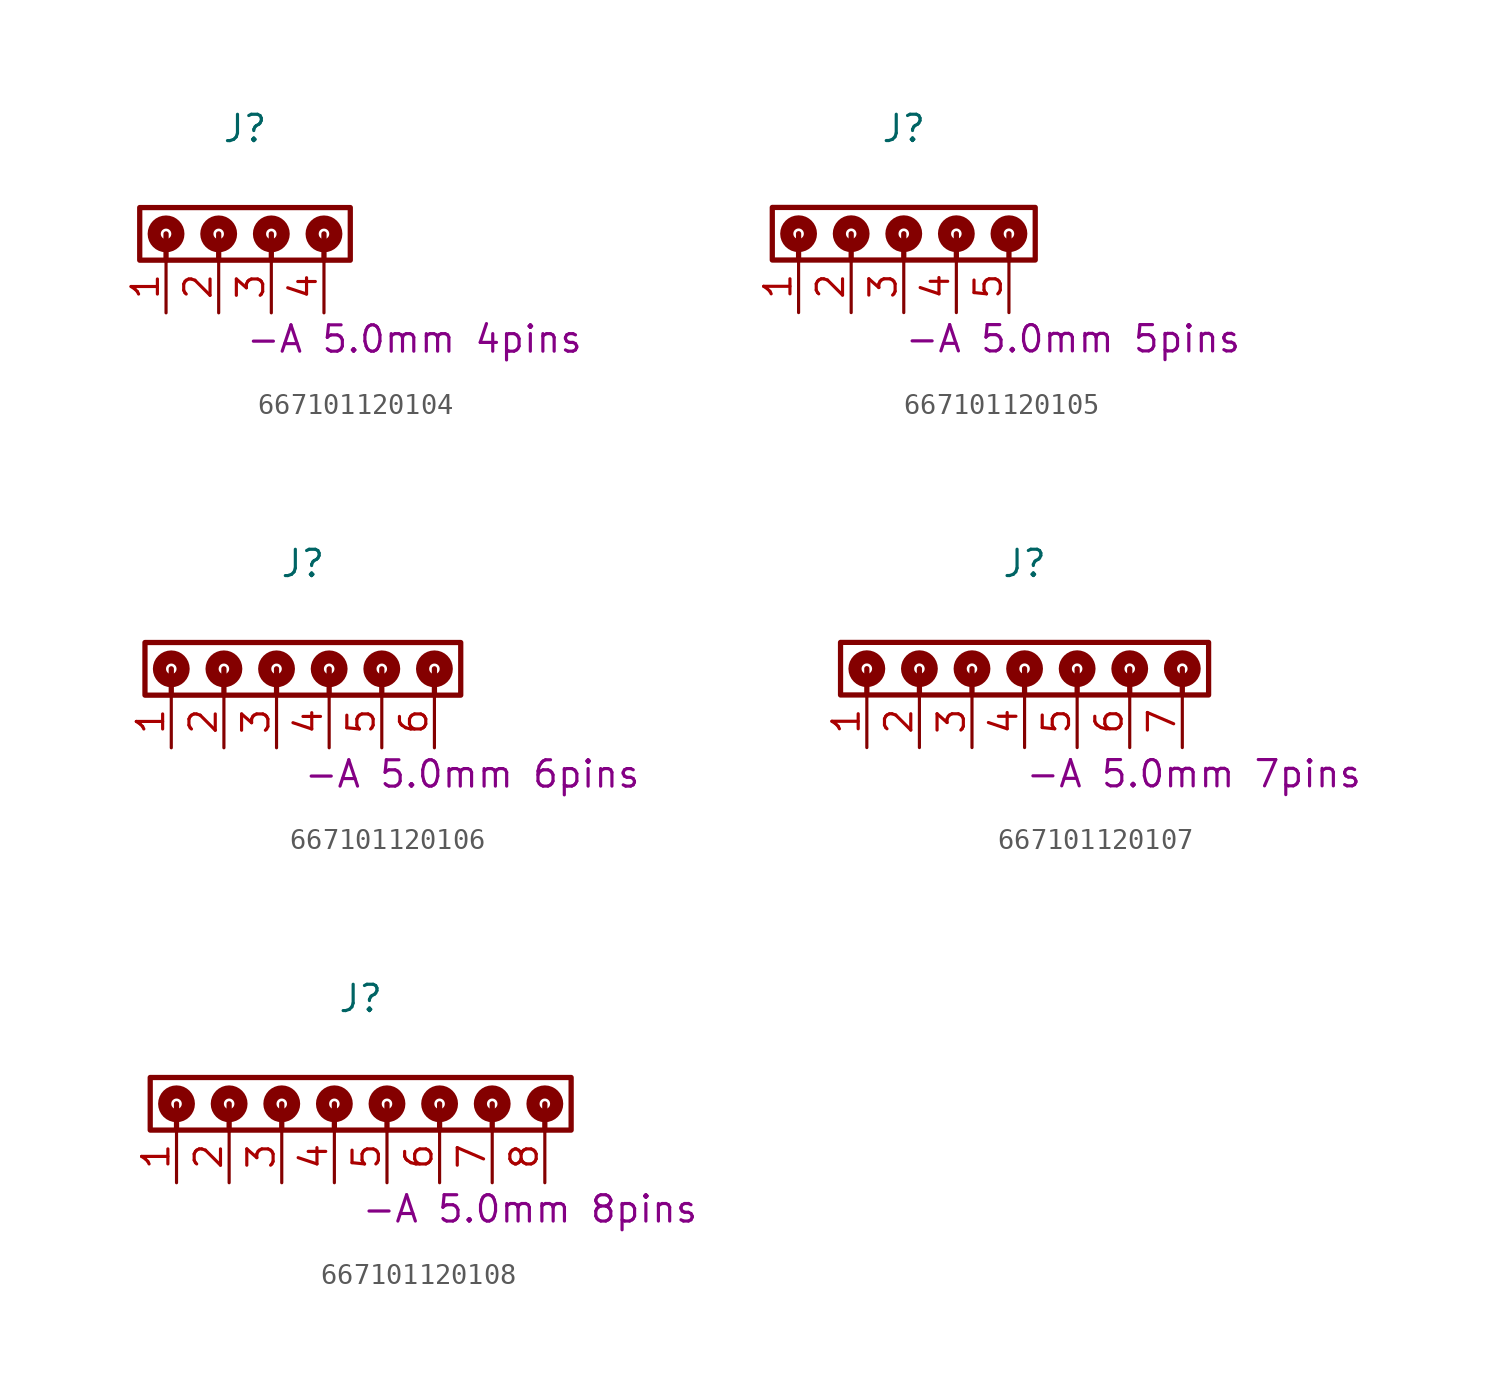
<source format=kicad_sym>
(kicad_symbol_lib
  (version 20220914)
  (generator kicad_symbol_editor)
  (symbol "667101120104"
    (pin_names hide)
    (property "Reference" "J"
      (at 0 5.08 0)
      (effects (font (size 1.27 1.27))))
    (property "Critical Parameter" "-A 5.0mm 4pins"
      (at 0 -5.08 0)
      (effects (font (size 1.27 1.27)) (justify left)))
    (symbol "667101120104_0_1"
      (rectangle (start -5.08 1.27) (end 5.08 -1.27) (stroke (width 0.254) (type default)) (fill (type none)))
      (circle (center -3.81 0) (radius 0.254) (stroke (width 0.635) (type default)) (fill (type none)))
      (polyline (pts (xy -3.81 0) (xy -3.81 -1.27)) (stroke (width 0.254) (type default)) (fill (type none)))
      (circle (center -1.27 0) (radius 0.254) (stroke (width 0.635) (type default)) (fill (type none)))
      (polyline (pts (xy -1.27 0) (xy -1.27 -1.27)) (stroke (width 0.254) (type default)) (fill (type none)))
      (circle (center 1.27 0) (radius 0.254) (stroke (width 0.635) (type default)) (fill (type none)))
      (polyline (pts (xy 1.27 0) (xy 1.27 -1.27)) (stroke (width 0.254) (type default)) (fill (type none)))
      (circle (center 3.81 0) (radius 0.254) (stroke (width 0.635) (type default)) (fill (type none)))
      (polyline (pts (xy 3.81 0) (xy 3.81 -1.27)) (stroke (width 0.254) (type default)) (fill (type none))))
    (symbol "667101120104_1_1"
      (pin passive line (at -3.81 -3.81 90) (length 2.54) (name "1" (effects (font (size 1.27 1.27)))) (number "1" (effects (font (size 1.27 1.27)))))
      (pin passive line (at -1.27 -3.81 90) (length 2.54) (name "2" (effects (font (size 1.27 1.27)))) (number "2" (effects (font (size 1.27 1.27)))))
      (pin passive line (at 1.27 -3.81 90) (length 2.54) (name "3" (effects (font (size 1.27 1.27)))) (number "3" (effects (font (size 1.27 1.27)))))
      (pin passive line (at 3.81 -3.81 90) (length 2.54) (name "4" (effects (font (size 1.27 1.27)))) (number "4" (effects (font (size 1.27 1.27)))))))
  (symbol "667101120105"
    (pin_names hide)
    (property "Reference" "J"
      (at 0 5.08 0)
      (effects (font (size 1.27 1.27))))
    (property "Critical Parameter" "-A 5.0mm 5pins"
      (at 0 -5.08 0)
      (effects (font (size 1.27 1.27)) (justify left)))
    (symbol "667101120105_0_1"
      (rectangle (start -6.35 1.27) (end 6.35 -1.27) (stroke (width 0.254) (type default)) (fill (type none)))
      (circle (center -5.08 0) (radius 0.254) (stroke (width 0.635) (type default)) (fill (type none)))
      (polyline (pts (xy -5.08 0) (xy -5.08 -1.27)) (stroke (width 0.254) (type default)) (fill (type none)))
      (circle (center -2.54 0) (radius 0.254) (stroke (width 0.635) (type default)) (fill (type none)))
      (polyline (pts (xy -2.54 0) (xy -2.54 -1.27)) (stroke (width 0.254) (type default)) (fill (type none)))
      (circle (center 0.0 0) (radius 0.254) (stroke (width 0.635) (type default)) (fill (type none)))
      (polyline (pts (xy 0.0 0) (xy 0.0 -1.27)) (stroke (width 0.254) (type default)) (fill (type none)))
      (circle (center 2.54 0) (radius 0.254) (stroke (width 0.635) (type default)) (fill (type none)))
      (polyline (pts (xy 2.54 0) (xy 2.54 -1.27)) (stroke (width 0.254) (type default)) (fill (type none)))
      (circle (center 5.08 0) (radius 0.254) (stroke (width 0.635) (type default)) (fill (type none)))
      (polyline (pts (xy 5.08 0) (xy 5.08 -1.27)) (stroke (width 0.254) (type default)) (fill (type none))))
    (symbol "667101120105_1_1"
      (pin passive line (at -5.08 -3.81 90) (length 2.54) (name "1" (effects (font (size 1.27 1.27)))) (number "1" (effects (font (size 1.27 1.27)))))
      (pin passive line (at -2.54 -3.81 90) (length 2.54) (name "2" (effects (font (size 1.27 1.27)))) (number "2" (effects (font (size 1.27 1.27)))))
      (pin passive line (at 0.0 -3.81 90) (length 2.54) (name "3" (effects (font (size 1.27 1.27)))) (number "3" (effects (font (size 1.27 1.27)))))
      (pin passive line (at 2.54 -3.81 90) (length 2.54) (name "4" (effects (font (size 1.27 1.27)))) (number "4" (effects (font (size 1.27 1.27)))))
      (pin passive line (at 5.08 -3.81 90) (length 2.54) (name "5" (effects (font (size 1.27 1.27)))) (number "5" (effects (font (size 1.27 1.27)))))))
  (symbol "667101120106"
    (pin_names hide)
    (property "Reference" "J"
      (at 0 5.08 0)
      (effects (font (size 1.27 1.27))))
    (property "Critical Parameter" "-A 5.0mm 6pins"
      (at 0 -5.08 0)
      (effects (font (size 1.27 1.27)) (justify left)))
    (symbol "667101120106_0_1"
      (rectangle (start -7.62 1.27) (end 7.62 -1.27) (stroke (width 0.254) (type default)) (fill (type none)))
      (circle (center -6.35 0) (radius 0.254) (stroke (width 0.635) (type default)) (fill (type none)))
      (polyline (pts (xy -6.35 0) (xy -6.35 -1.27)) (stroke (width 0.254) (type default)) (fill (type none)))
      (circle (center -3.81 0) (radius 0.254) (stroke (width 0.635) (type default)) (fill (type none)))
      (polyline (pts (xy -3.81 0) (xy -3.81 -1.27)) (stroke (width 0.254) (type default)) (fill (type none)))
      (circle (center -1.27 0) (radius 0.254) (stroke (width 0.635) (type default)) (fill (type none)))
      (polyline (pts (xy -1.27 0) (xy -1.27 -1.27)) (stroke (width 0.254) (type default)) (fill (type none)))
      (circle (center 1.27 0) (radius 0.254) (stroke (width 0.635) (type default)) (fill (type none)))
      (polyline (pts (xy 1.27 0) (xy 1.27 -1.27)) (stroke (width 0.254) (type default)) (fill (type none)))
      (circle (center 3.81 0) (radius 0.254) (stroke (width 0.635) (type default)) (fill (type none)))
      (polyline (pts (xy 3.81 0) (xy 3.81 -1.27)) (stroke (width 0.254) (type default)) (fill (type none)))
      (circle (center 6.35 0) (radius 0.254) (stroke (width 0.635) (type default)) (fill (type none)))
      (polyline (pts (xy 6.35 0) (xy 6.35 -1.27)) (stroke (width 0.254) (type default)) (fill (type none))))
    (symbol "667101120106_1_1"
      (pin passive line (at -6.35 -3.81 90) (length 2.54) (name "1" (effects (font (size 1.27 1.27)))) (number "1" (effects (font (size 1.27 1.27)))))
      (pin passive line (at -3.81 -3.81 90) (length 2.54) (name "2" (effects (font (size 1.27 1.27)))) (number "2" (effects (font (size 1.27 1.27)))))
      (pin passive line (at -1.27 -3.81 90) (length 2.54) (name "3" (effects (font (size 1.27 1.27)))) (number "3" (effects (font (size 1.27 1.27)))))
      (pin passive line (at 1.27 -3.81 90) (length 2.54) (name "4" (effects (font (size 1.27 1.27)))) (number "4" (effects (font (size 1.27 1.27)))))
      (pin passive line (at 3.81 -3.81 90) (length 2.54) (name "5" (effects (font (size 1.27 1.27)))) (number "5" (effects (font (size 1.27 1.27)))))
      (pin passive line (at 6.35 -3.81 90) (length 2.54) (name "6" (effects (font (size 1.27 1.27)))) (number "6" (effects (font (size 1.27 1.27)))))))
  (symbol "667101120107"
    (pin_names hide)
    (property "Reference" "J"
      (at 0 5.08 0)
      (effects (font (size 1.27 1.27))))
    (property "Critical Parameter" "-A 5.0mm 7pins"
      (at 0 -5.08 0)
      (effects (font (size 1.27 1.27)) (justify left)))
    (symbol "667101120107_0_1"
      (rectangle (start -8.89 1.27) (end 8.89 -1.27) (stroke (width 0.254) (type default)) (fill (type none)))
      (circle (center -7.62 0) (radius 0.254) (stroke (width 0.635) (type default)) (fill (type none)))
      (polyline (pts (xy -7.62 0) (xy -7.62 -1.27)) (stroke (width 0.254) (type default)) (fill (type none)))
      (circle (center -5.08 0) (radius 0.254) (stroke (width 0.635) (type default)) (fill (type none)))
      (polyline (pts (xy -5.08 0) (xy -5.08 -1.27)) (stroke (width 0.254) (type default)) (fill (type none)))
      (circle (center -2.54 0) (radius 0.254) (stroke (width 0.635) (type default)) (fill (type none)))
      (polyline (pts (xy -2.54 0) (xy -2.54 -1.27)) (stroke (width 0.254) (type default)) (fill (type none)))
      (circle (center 0.0 0) (radius 0.254) (stroke (width 0.635) (type default)) (fill (type none)))
      (polyline (pts (xy 0.0 0) (xy 0.0 -1.27)) (stroke (width 0.254) (type default)) (fill (type none)))
      (circle (center 2.54 0) (radius 0.254) (stroke (width 0.635) (type default)) (fill (type none)))
      (polyline (pts (xy 2.54 0) (xy 2.54 -1.27)) (stroke (width 0.254) (type default)) (fill (type none)))
      (circle (center 5.08 0) (radius 0.254) (stroke (width 0.635) (type default)) (fill (type none)))
      (polyline (pts (xy 5.08 0) (xy 5.08 -1.27)) (stroke (width 0.254) (type default)) (fill (type none)))
      (circle (center 7.62 0) (radius 0.254) (stroke (width 0.635) (type default)) (fill (type none)))
      (polyline (pts (xy 7.62 0) (xy 7.62 -1.27)) (stroke (width 0.254) (type default)) (fill (type none))))
    (symbol "667101120107_1_1"
      (pin passive line (at -7.62 -3.81 90) (length 2.54) (name "1" (effects (font (size 1.27 1.27)))) (number "1" (effects (font (size 1.27 1.27)))))
      (pin passive line (at -5.08 -3.81 90) (length 2.54) (name "2" (effects (font (size 1.27 1.27)))) (number "2" (effects (font (size 1.27 1.27)))))
      (pin passive line (at -2.54 -3.81 90) (length 2.54) (name "3" (effects (font (size 1.27 1.27)))) (number "3" (effects (font (size 1.27 1.27)))))
      (pin passive line (at 0.0 -3.81 90) (length 2.54) (name "4" (effects (font (size 1.27 1.27)))) (number "4" (effects (font (size 1.27 1.27)))))
      (pin passive line (at 2.54 -3.81 90) (length 2.54) (name "5" (effects (font (size 1.27 1.27)))) (number "5" (effects (font (size 1.27 1.27)))))
      (pin passive line (at 5.08 -3.81 90) (length 2.54) (name "6" (effects (font (size 1.27 1.27)))) (number "6" (effects (font (size 1.27 1.27)))))
      (pin passive line (at 7.62 -3.81 90) (length 2.54) (name "7" (effects (font (size 1.27 1.27)))) (number "7" (effects (font (size 1.27 1.27)))))))
  (symbol "667101120108"
    (pin_names hide)
    (property "Reference" "J"
      (at 0 5.08 0)
      (effects (font (size 1.27 1.27))))
    (property "Critical Parameter" "-A 5.0mm 8pins"
      (at 0 -5.08 0)
      (effects (font (size 1.27 1.27)) (justify left)))
    (symbol "667101120108_0_1"
      (rectangle (start -10.16 1.27) (end 10.16 -1.27) (stroke (width 0.254) (type default)) (fill (type none)))
      (circle (center -8.89 0) (radius 0.254) (stroke (width 0.635) (type default)) (fill (type none)))
      (polyline (pts (xy -8.89 0) (xy -8.89 -1.27)) (stroke (width 0.254) (type default)) (fill (type none)))
      (circle (center -6.35 0) (radius 0.254) (stroke (width 0.635) (type default)) (fill (type none)))
      (polyline (pts (xy -6.35 0) (xy -6.35 -1.27)) (stroke (width 0.254) (type default)) (fill (type none)))
      (circle (center -3.81 0) (radius 0.254) (stroke (width 0.635) (type default)) (fill (type none)))
      (polyline (pts (xy -3.81 0) (xy -3.81 -1.27)) (stroke (width 0.254) (type default)) (fill (type none)))
      (circle (center -1.27 0) (radius 0.254) (stroke (width 0.635) (type default)) (fill (type none)))
      (polyline (pts (xy -1.27 0) (xy -1.27 -1.27)) (stroke (width 0.254) (type default)) (fill (type none)))
      (circle (center 1.27 0) (radius 0.254) (stroke (width 0.635) (type default)) (fill (type none)))
      (polyline (pts (xy 1.27 0) (xy 1.27 -1.27)) (stroke (width 0.254) (type default)) (fill (type none)))
      (circle (center 3.81 0) (radius 0.254) (stroke (width 0.635) (type default)) (fill (type none)))
      (polyline (pts (xy 3.81 0) (xy 3.81 -1.27)) (stroke (width 0.254) (type default)) (fill (type none)))
      (circle (center 6.35 0) (radius 0.254) (stroke (width 0.635) (type default)) (fill (type none)))
      (polyline (pts (xy 6.35 0) (xy 6.35 -1.27)) (stroke (width 0.254) (type default)) (fill (type none)))
      (circle (center 8.89 0) (radius 0.254) (stroke (width 0.635) (type default)) (fill (type none)))
      (polyline (pts (xy 8.89 0) (xy 8.89 -1.27)) (stroke (width 0.254) (type default)) (fill (type none))))
    (symbol "667101120108_1_1"
      (pin passive line (at -8.89 -3.81 90) (length 2.54) (name "1" (effects (font (size 1.27 1.27)))) (number "1" (effects (font (size 1.27 1.27)))))
      (pin passive line (at -6.35 -3.81 90) (length 2.54) (name "2" (effects (font (size 1.27 1.27)))) (number "2" (effects (font (size 1.27 1.27)))))
      (pin passive line (at -3.81 -3.81 90) (length 2.54) (name "3" (effects (font (size 1.27 1.27)))) (number "3" (effects (font (size 1.27 1.27)))))
      (pin passive line (at -1.27 -3.81 90) (length 2.54) (name "4" (effects (font (size 1.27 1.27)))) (number "4" (effects (font (size 1.27 1.27)))))
      (pin passive line (at 1.27 -3.81 90) (length 2.54) (name "5" (effects (font (size 1.27 1.27)))) (number "5" (effects (font (size 1.27 1.27)))))
      (pin passive line (at 3.81 -3.81 90) (length 2.54) (name "6" (effects (font (size 1.27 1.27)))) (number "6" (effects (font (size 1.27 1.27)))))
      (pin passive line (at 6.35 -3.81 90) (length 2.54) (name "7" (effects (font (size 1.27 1.27)))) (number "7" (effects (font (size 1.27 1.27)))))
      (pin passive line (at 8.89 -3.81 90) (length 2.54) (name "8" (effects (font (size 1.27 1.27)))) (number "8" (effects (font (size 1.27 1.27))))))))
</source>
